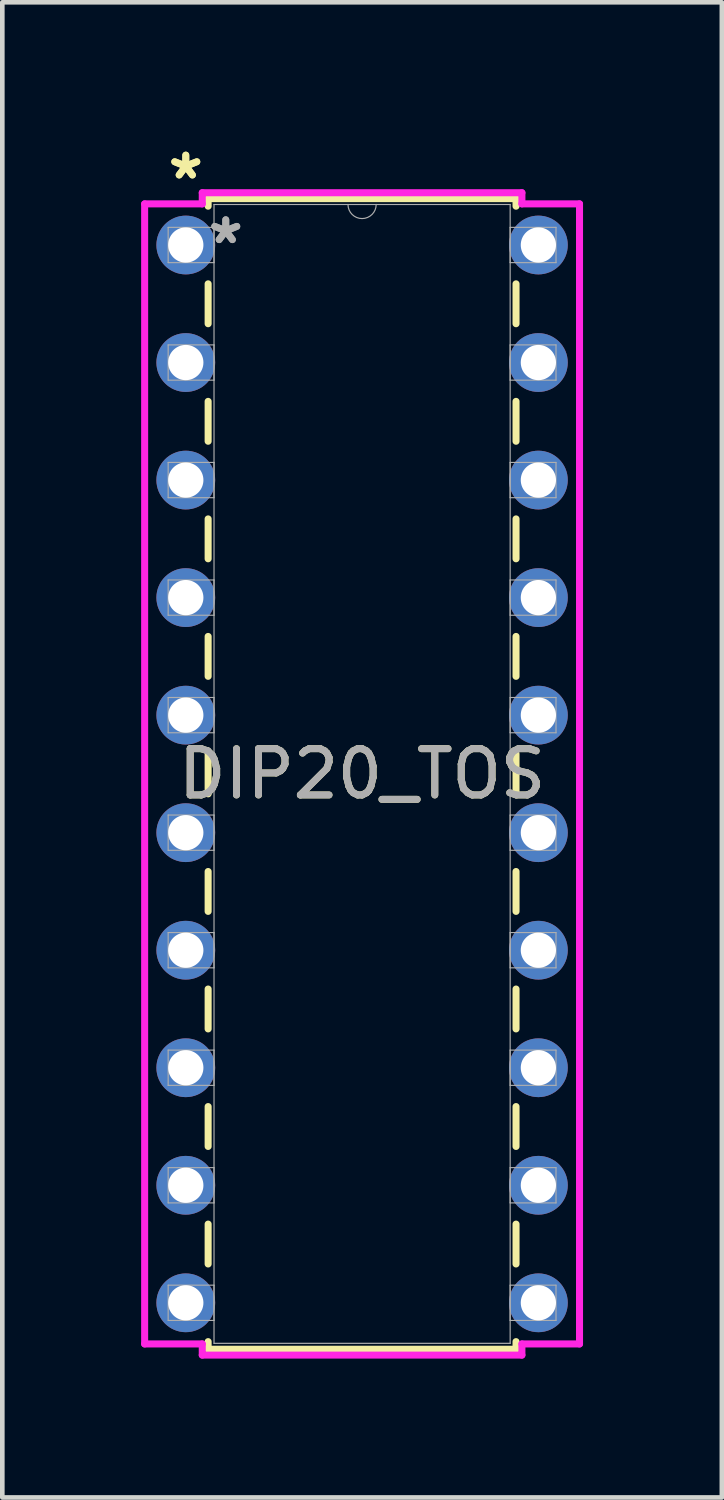
<source format=kicad_pcb>
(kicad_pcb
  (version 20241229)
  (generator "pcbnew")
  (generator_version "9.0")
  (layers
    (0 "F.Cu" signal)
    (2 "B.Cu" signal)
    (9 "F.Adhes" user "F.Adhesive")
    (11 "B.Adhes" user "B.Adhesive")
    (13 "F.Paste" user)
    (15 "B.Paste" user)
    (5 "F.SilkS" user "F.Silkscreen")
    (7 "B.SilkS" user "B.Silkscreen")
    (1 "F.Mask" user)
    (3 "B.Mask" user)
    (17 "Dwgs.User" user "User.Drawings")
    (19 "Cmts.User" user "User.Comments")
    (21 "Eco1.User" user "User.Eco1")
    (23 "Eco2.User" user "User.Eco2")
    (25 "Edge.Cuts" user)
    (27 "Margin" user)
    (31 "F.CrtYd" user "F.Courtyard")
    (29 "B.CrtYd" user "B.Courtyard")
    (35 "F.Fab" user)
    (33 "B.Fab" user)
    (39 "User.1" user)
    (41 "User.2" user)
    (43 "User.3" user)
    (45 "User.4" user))
  (footprint "DIP20_TOS"
    (layer "F.Cu")
    (at 0.965 2.245)
    (property "Reference" "DIP20_TOS" (at 3.81 11.43 0) (unlocked yes) (layer "F.SilkS") (effects (font (size 1 1) (thickness 0.15))))
    (attr through_hole)
    (fp_line (start 0.483 -1.003) (end 0.483 -0.839) (stroke (width 0.152) (type solid)) (layer "F.SilkS"))
    (fp_line (start 0.483 0.839) (end 0.483 1.701) (stroke (width 0.152) (type solid)) (layer "F.SilkS"))
    (fp_line (start 0.483 3.379) (end 0.483 4.241) (stroke (width 0.152) (type solid)) (layer "F.SilkS"))
    (fp_line (start 0.483 5.919) (end 0.483 6.781) (stroke (width 0.152) (type solid)) (layer "F.SilkS"))
    (fp_line (start 0.483 8.459) (end 0.483 9.321) (stroke (width 0.152) (type solid)) (layer "F.SilkS"))
    (fp_line (start 0.483 10.999) (end 0.483 11.861) (stroke (width 0.152) (type solid)) (layer "F.SilkS"))
    (fp_line (start 0.483 13.539) (end 0.483 14.401) (stroke (width 0.152) (type solid)) (layer "F.SilkS"))
    (fp_line (start 0.483 16.079) (end 0.483 16.941) (stroke (width 0.152) (type solid)) (layer "F.SilkS"))
    (fp_line (start 0.483 18.619) (end 0.483 19.481) (stroke (width 0.152) (type solid)) (layer "F.SilkS"))
    (fp_line (start 0.483 21.159) (end 0.483 22.021) (stroke (width 0.152) (type solid)) (layer "F.SilkS"))
    (fp_line (start 0.483 23.699) (end 0.483 23.863) (stroke (width 0.152) (type solid)) (layer "F.SilkS"))
    (fp_line (start 0.483 23.863) (end 7.137 23.863) (stroke (width 0.152) (type solid)) (layer "F.SilkS"))
    (fp_line (start 7.137 -1.003) (end 0.483 -1.003) (stroke (width 0.152) (type solid)) (layer "F.SilkS"))
    (fp_line (start 7.137 -0.839) (end 7.137 -1.003) (stroke (width 0.152) (type solid)) (layer "F.SilkS"))
    (fp_line (start 7.137 1.701) (end 7.137 0.839) (stroke (width 0.152) (type solid)) (layer "F.SilkS"))
    (fp_line (start 7.137 4.241) (end 7.137 3.379) (stroke (width 0.152) (type solid)) (layer "F.SilkS"))
    (fp_line (start 7.137 6.781) (end 7.137 5.919) (stroke (width 0.152) (type solid)) (layer "F.SilkS"))
    (fp_line (start 7.137 9.321) (end 7.137 8.459) (stroke (width 0.152) (type solid)) (layer "F.SilkS"))
    (fp_line (start 7.137 11.861) (end 7.137 10.999) (stroke (width 0.152) (type solid)) (layer "F.SilkS"))
    (fp_line (start 7.137 14.401) (end 7.137 13.539) (stroke (width 0.152) (type solid)) (layer "F.SilkS"))
    (fp_line (start 7.137 16.941) (end 7.137 16.079) (stroke (width 0.152) (type solid)) (layer "F.SilkS"))
    (fp_line (start 7.137 19.481) (end 7.137 18.619) (stroke (width 0.152) (type solid)) (layer "F.SilkS"))
    (fp_line (start 7.137 22.021) (end 7.137 21.159) (stroke (width 0.152) (type solid)) (layer "F.SilkS"))
    (fp_line (start 7.137 23.863) (end 7.137 23.699) (stroke (width 0.152) (type solid)) (layer "F.SilkS"))
    (fp_line (start -0.889 -0.889) (end 0.356 -0.889) (stroke (width 0.152) (type solid)) (layer "F.CrtYd"))
    (fp_line (start -0.889 23.749) (end -0.889 -0.889) (stroke (width 0.152) (type solid)) (layer "F.CrtYd"))
    (fp_line (start 0.356 -1.13) (end 7.264 -1.13) (stroke (width 0.152) (type solid)) (layer "F.CrtYd"))
    (fp_line (start 0.356 -0.889) (end 0.356 -1.13) (stroke (width 0.152) (type solid)) (layer "F.CrtYd"))
    (fp_line (start 0.356 23.749) (end -0.889 23.749) (stroke (width 0.152) (type solid)) (layer "F.CrtYd"))
    (fp_line (start 0.356 23.99) (end 0.356 23.749) (stroke (width 0.152) (type solid)) (layer "F.CrtYd"))
    (fp_line (start 7.264 -1.13) (end 7.264 -0.889) (stroke (width 0.152) (type solid)) (layer "F.CrtYd"))
    (fp_line (start 7.264 23.749) (end 7.264 23.99) (stroke (width 0.152) (type solid)) (layer "F.CrtYd"))
    (fp_line (start 7.264 23.99) (end 0.356 23.99) (stroke (width 0.152) (type solid)) (layer "F.CrtYd"))
    (fp_line (start 8.509 -0.889) (end 7.264 -0.889) (stroke (width 0.152) (type solid)) (layer "F.CrtYd"))
    (fp_line (start 8.509 -0.889) (end 8.509 23.749) (stroke (width 0.152) (type solid)) (layer "F.CrtYd"))
    (fp_line (start 8.509 23.749) (end 7.264 23.749) (stroke (width 0.152) (type solid)) (layer "F.CrtYd"))
    (fp_line (start -0.381 -0.381) (end -0.381 0.381) (stroke (width 0.025) (type solid)) (layer "F.Fab"))
    (fp_line (start -0.381 0.381) (end 0.61 0.381) (stroke (width 0.025) (type solid)) (layer "F.Fab"))
    (fp_line (start -0.381 2.159) (end -0.381 2.921) (stroke (width 0.025) (type solid)) (layer "F.Fab"))
    (fp_line (start -0.381 2.921) (end 0.61 2.921) (stroke (width 0.025) (type solid)) (layer "F.Fab"))
    (fp_line (start -0.381 4.699) (end -0.381 5.461) (stroke (width 0.025) (type solid)) (layer "F.Fab"))
    (fp_line (start -0.381 5.461) (end 0.61 5.461) (stroke (width 0.025) (type solid)) (layer "F.Fab"))
    (fp_line (start -0.381 7.239) (end -0.381 8.001) (stroke (width 0.025) (type solid)) (layer "F.Fab"))
    (fp_line (start -0.381 8.001) (end 0.61 8.001) (stroke (width 0.025) (type solid)) (layer "F.Fab"))
    (fp_line (start -0.381 9.779) (end -0.381 10.541) (stroke (width 0.025) (type solid)) (layer "F.Fab"))
    (fp_line (start -0.381 10.541) (end 0.61 10.541) (stroke (width 0.025) (type solid)) (layer "F.Fab"))
    (fp_line (start -0.381 12.319) (end -0.381 13.081) (stroke (width 0.025) (type solid)) (layer "F.Fab"))
    (fp_line (start -0.381 13.081) (end 0.61 13.081) (stroke (width 0.025) (type solid)) (layer "F.Fab"))
    (fp_line (start -0.381 14.859) (end -0.381 15.621) (stroke (width 0.025) (type solid)) (layer "F.Fab"))
    (fp_line (start -0.381 15.621) (end 0.61 15.621) (stroke (width 0.025) (type solid)) (layer "F.Fab"))
    (fp_line (start -0.381 17.399) (end -0.381 18.161) (stroke (width 0.025) (type solid)) (layer "F.Fab"))
    (fp_line (start -0.381 18.161) (end 0.61 18.161) (stroke (width 0.025) (type solid)) (layer "F.Fab"))
    (fp_line (start -0.381 19.939) (end -0.381 20.701) (stroke (width 0.025) (type solid)) (layer "F.Fab"))
    (fp_line (start -0.381 20.701) (end 0.61 20.701) (stroke (width 0.025) (type solid)) (layer "F.Fab"))
    (fp_line (start -0.381 22.479) (end -0.381 23.241) (stroke (width 0.025) (type solid)) (layer "F.Fab"))
    (fp_line (start -0.381 23.241) (end 0.61 23.241) (stroke (width 0.025) (type solid)) (layer "F.Fab"))
    (fp_line (start 0.61 -0.876) (end 0.61 23.736) (stroke (width 0.025) (type solid)) (layer "F.Fab"))
    (fp_line (start 0.61 -0.381) (end -0.381 -0.381) (stroke (width 0.025) (type solid)) (layer "F.Fab"))
    (fp_line (start 0.61 0.381) (end 0.61 -0.381) (stroke (width 0.025) (type solid)) (layer "F.Fab"))
    (fp_line (start 0.61 2.159) (end -0.381 2.159) (stroke (width 0.025) (type solid)) (layer "F.Fab"))
    (fp_line (start 0.61 2.921) (end 0.61 2.159) (stroke (width 0.025) (type solid)) (layer "F.Fab"))
    (fp_line (start 0.61 4.699) (end -0.381 4.699) (stroke (width 0.025) (type solid)) (layer "F.Fab"))
    (fp_line (start 0.61 5.461) (end 0.61 4.699) (stroke (width 0.025) (type solid)) (layer "F.Fab"))
    (fp_line (start 0.61 7.239) (end -0.381 7.239) (stroke (width 0.025) (type solid)) (layer "F.Fab"))
    (fp_line (start 0.61 8.001) (end 0.61 7.239) (stroke (width 0.025) (type solid)) (layer "F.Fab"))
    (fp_line (start 0.61 9.779) (end -0.381 9.779) (stroke (width 0.025) (type solid)) (layer "F.Fab"))
    (fp_line (start 0.61 10.541) (end 0.61 9.779) (stroke (width 0.025) (type solid)) (layer "F.Fab"))
    (fp_line (start 0.61 12.319) (end -0.381 12.319) (stroke (width 0.025) (type solid)) (layer "F.Fab"))
    (fp_line (start 0.61 13.081) (end 0.61 12.319) (stroke (width 0.025) (type solid)) (layer "F.Fab"))
    (fp_line (start 0.61 14.859) (end -0.381 14.859) (stroke (width 0.025) (type solid)) (layer "F.Fab"))
    (fp_line (start 0.61 15.621) (end 0.61 14.859) (stroke (width 0.025) (type solid)) (layer "F.Fab"))
    (fp_line (start 0.61 17.399) (end -0.381 17.399) (stroke (width 0.025) (type solid)) (layer "F.Fab"))
    (fp_line (start 0.61 18.161) (end 0.61 17.399) (stroke (width 0.025) (type solid)) (layer "F.Fab"))
    (fp_line (start 0.61 19.939) (end -0.381 19.939) (stroke (width 0.025) (type solid)) (layer "F.Fab"))
    (fp_line (start 0.61 20.701) (end 0.61 19.939) (stroke (width 0.025) (type solid)) (layer "F.Fab"))
    (fp_line (start 0.61 22.479) (end -0.381 22.479) (stroke (width 0.025) (type solid)) (layer "F.Fab"))
    (fp_line (start 0.61 23.241) (end 0.61 22.479) (stroke (width 0.025) (type solid)) (layer "F.Fab"))
    (fp_line (start 0.61 23.736) (end 7.01 23.736) (stroke (width 0.025) (type solid)) (layer "F.Fab"))
    (fp_line (start 7.01 -0.876) (end 0.61 -0.876) (stroke (width 0.025) (type solid)) (layer "F.Fab"))
    (fp_line (start 7.01 -0.381) (end 7.01 0.381) (stroke (width 0.025) (type solid)) (layer "F.Fab"))
    (fp_line (start 7.01 0.381) (end 8.001 0.381) (stroke (width 0.025) (type solid)) (layer "F.Fab"))
    (fp_line (start 7.01 2.159) (end 7.01 2.921) (stroke (width 0.025) (type solid)) (layer "F.Fab"))
    (fp_line (start 7.01 2.921) (end 8.001 2.921) (stroke (width 0.025) (type solid)) (layer "F.Fab"))
    (fp_line (start 7.01 4.699) (end 7.01 5.461) (stroke (width 0.025) (type solid)) (layer "F.Fab"))
    (fp_line (start 7.01 5.461) (end 8.001 5.461) (stroke (width 0.025) (type solid)) (layer "F.Fab"))
    (fp_line (start 7.01 7.239) (end 7.01 8.001) (stroke (width 0.025) (type solid)) (layer "F.Fab"))
    (fp_line (start 7.01 8.001) (end 8.001 8.001) (stroke (width 0.025) (type solid)) (layer "F.Fab"))
    (fp_line (start 7.01 9.779) (end 7.01 10.541) (stroke (width 0.025) (type solid)) (layer "F.Fab"))
    (fp_line (start 7.01 10.541) (end 8.001 10.541) (stroke (width 0.025) (type solid)) (layer "F.Fab"))
    (fp_line (start 7.01 12.319) (end 7.01 13.081) (stroke (width 0.025) (type solid)) (layer "F.Fab"))
    (fp_line (start 7.01 13.081) (end 8.001 13.081) (stroke (width 0.025) (type solid)) (layer "F.Fab"))
    (fp_line (start 7.01 14.859) (end 7.01 15.621) (stroke (width 0.025) (type solid)) (layer "F.Fab"))
    (fp_line (start 7.01 15.621) (end 8.001 15.621) (stroke (width 0.025) (type solid)) (layer "F.Fab"))
    (fp_line (start 7.01 17.399) (end 7.01 18.161) (stroke (width 0.025) (type solid)) (layer "F.Fab"))
    (fp_line (start 7.01 18.161) (end 8.001 18.161) (stroke (width 0.025) (type solid)) (layer "F.Fab"))
    (fp_line (start 7.01 19.939) (end 7.01 20.701) (stroke (width 0.025) (type solid)) (layer "F.Fab"))
    (fp_line (start 7.01 20.701) (end 8.001 20.701) (stroke (width 0.025) (type solid)) (layer "F.Fab"))
    (fp_line (start 7.01 22.479) (end 7.01 23.241) (stroke (width 0.025) (type solid)) (layer "F.Fab"))
    (fp_line (start 7.01 23.241) (end 8.001 23.241) (stroke (width 0.025) (type solid)) (layer "F.Fab"))
    (fp_line (start 7.01 23.736) (end 7.01 -0.876) (stroke (width 0.025) (type solid)) (layer "F.Fab"))
    (fp_line (start 8.001 -0.381) (end 7.01 -0.381) (stroke (width 0.025) (type solid)) (layer "F.Fab"))
    (fp_line (start 8.001 0.381) (end 8.001 -0.381) (stroke (width 0.025) (type solid)) (layer "F.Fab"))
    (fp_line (start 8.001 2.159) (end 7.01 2.159) (stroke (width 0.025) (type solid)) (layer "F.Fab"))
    (fp_line (start 8.001 2.921) (end 8.001 2.159) (stroke (width 0.025) (type solid)) (layer "F.Fab"))
    (fp_line (start 8.001 4.699) (end 7.01 4.699) (stroke (width 0.025) (type solid)) (layer "F.Fab"))
    (fp_line (start 8.001 5.461) (end 8.001 4.699) (stroke (width 0.025) (type solid)) (layer "F.Fab"))
    (fp_line (start 8.001 7.239) (end 7.01 7.239) (stroke (width 0.025) (type solid)) (layer "F.Fab"))
    (fp_line (start 8.001 8.001) (end 8.001 7.239) (stroke (width 0.025) (type solid)) (layer "F.Fab"))
    (fp_line (start 8.001 9.779) (end 7.01 9.779) (stroke (width 0.025) (type solid)) (layer "F.Fab"))
    (fp_line (start 8.001 10.541) (end 8.001 9.779) (stroke (width 0.025) (type solid)) (layer "F.Fab"))
    (fp_line (start 8.001 12.319) (end 7.01 12.319) (stroke (width 0.025) (type solid)) (layer "F.Fab"))
    (fp_line (start 8.001 13.081) (end 8.001 12.319) (stroke (width 0.025) (type solid)) (layer "F.Fab"))
    (fp_line (start 8.001 14.859) (end 7.01 14.859) (stroke (width 0.025) (type solid)) (layer "F.Fab"))
    (fp_line (start 8.001 15.621) (end 8.001 14.859) (stroke (width 0.025) (type solid)) (layer "F.Fab"))
    (fp_line (start 8.001 17.399) (end 7.01 17.399) (stroke (width 0.025) (type solid)) (layer "F.Fab"))
    (fp_line (start 8.001 18.161) (end 8.001 17.399) (stroke (width 0.025) (type solid)) (layer "F.Fab"))
    (fp_line (start 8.001 19.939) (end 7.01 19.939) (stroke (width 0.025) (type solid)) (layer "F.Fab"))
    (fp_line (start 8.001 20.701) (end 8.001 19.939) (stroke (width 0.025) (type solid)) (layer "F.Fab"))
    (fp_line (start 8.001 22.479) (end 7.01 22.479) (stroke (width 0.025) (type solid)) (layer "F.Fab"))
    (fp_line (start 8.001 23.241) (end 8.001 22.479) (stroke (width 0.025) (type solid)) (layer "F.Fab"))
    (fp_arc (start 4.1148 -0.8763) (mid 3.81 -0.5715) (end 3.5052 -0.8763) (stroke (width 0.0254) (type solid)) (layer "F.Fab"))
    (fp_text user "*" (at 0 -1.397 0) (unlocked yes) (layer "F.SilkS") (effects (font (size 1 1) (thickness 0.15))))
    (fp_text user "*" (at 0 -1.397 0) (layer "F.SilkS") (effects (font (size 1 1) (thickness 0.15))))
    (fp_text user "*" (at 0.864 0 0) (unlocked yes) (layer "F.Fab") (effects (font (size 1 1) (thickness 0.15))))
    (fp_text user "${REFERENCE}" (at 3.81 11.43 0) (unlocked yes) (layer "F.Fab") (effects (font (size 1 1) (thickness 0.15))))
    (fp_text user "*" (at 0.864 0 0) (layer "F.Fab") (effects (font (size 1 1) (thickness 0.15))))
    (pad "1" thru_hole circle (at 0 0) (size 1.27 1.27) (drill 0.762) (layers "*.Cu" "*.Mask"))
    (pad "2" thru_hole circle (at 0 2.54) (size 1.27 1.27) (drill 0.762) (layers "*.Cu" "*.Mask"))
    (pad "3" thru_hole circle (at 0 5.08) (size 1.27 1.27) (drill 0.762) (layers "*.Cu" "*.Mask"))
    (pad "4" thru_hole circle (at 0 7.62) (size 1.27 1.27) (drill 0.762) (layers "*.Cu" "*.Mask"))
    (pad "5" thru_hole circle (at 0 10.16) (size 1.27 1.27) (drill 0.762) (layers "*.Cu" "*.Mask"))
    (pad "6" thru_hole circle (at 0 12.7) (size 1.27 1.27) (drill 0.762) (layers "*.Cu" "*.Mask"))
    (pad "7" thru_hole circle (at 0 15.24) (size 1.27 1.27) (drill 0.762) (layers "*.Cu" "*.Mask"))
    (pad "8" thru_hole circle (at 0 17.78) (size 1.27 1.27) (drill 0.762) (layers "*.Cu" "*.Mask"))
    (pad "9" thru_hole circle (at 0 20.32) (size 1.27 1.27) (drill 0.762) (layers "*.Cu" "*.Mask"))
    (pad "10" thru_hole circle (at 0 22.86) (size 1.27 1.27) (drill 0.762) (layers "*.Cu" "*.Mask"))
    (pad "11" thru_hole circle (at 7.62 22.86) (size 1.27 1.27) (drill 0.762) (layers "*.Cu" "*.Mask"))
    (pad "12" thru_hole circle (at 7.62 20.32) (size 1.27 1.27) (drill 0.762) (layers "*.Cu" "*.Mask"))
    (pad "13" thru_hole circle (at 7.62 17.78) (size 1.27 1.27) (drill 0.762) (layers "*.Cu" "*.Mask"))
    (pad "14" thru_hole circle (at 7.62 15.24) (size 1.27 1.27) (drill 0.762) (layers "*.Cu" "*.Mask"))
    (pad "15" thru_hole circle (at 7.62 12.7) (size 1.27 1.27) (drill 0.762) (layers "*.Cu" "*.Mask"))
    (pad "16" thru_hole circle (at 7.62 10.16) (size 1.27 1.27) (drill 0.762) (layers "*.Cu" "*.Mask"))
    (pad "17" thru_hole circle (at 7.62 7.62) (size 1.27 1.27) (drill 0.762) (layers "*.Cu" "*.Mask"))
    (pad "18" thru_hole circle (at 7.62 5.08) (size 1.27 1.27) (drill 0.762) (layers "*.Cu" "*.Mask"))
    (pad "19" thru_hole circle (at 7.62 2.54) (size 1.27 1.27) (drill 0.762) (layers "*.Cu" "*.Mask"))
    (pad "20" thru_hole circle (at 7.62 0) (size 1.27 1.27) (drill 0.762) (layers "*.Cu" "*.Mask")))
  (gr_rect
    (start -3 -3)
    (end 12.55 29.312)
    (stroke (width 0.1) (type default))
    (fill no)
    (layer "Edge.Cuts")))
</source>
